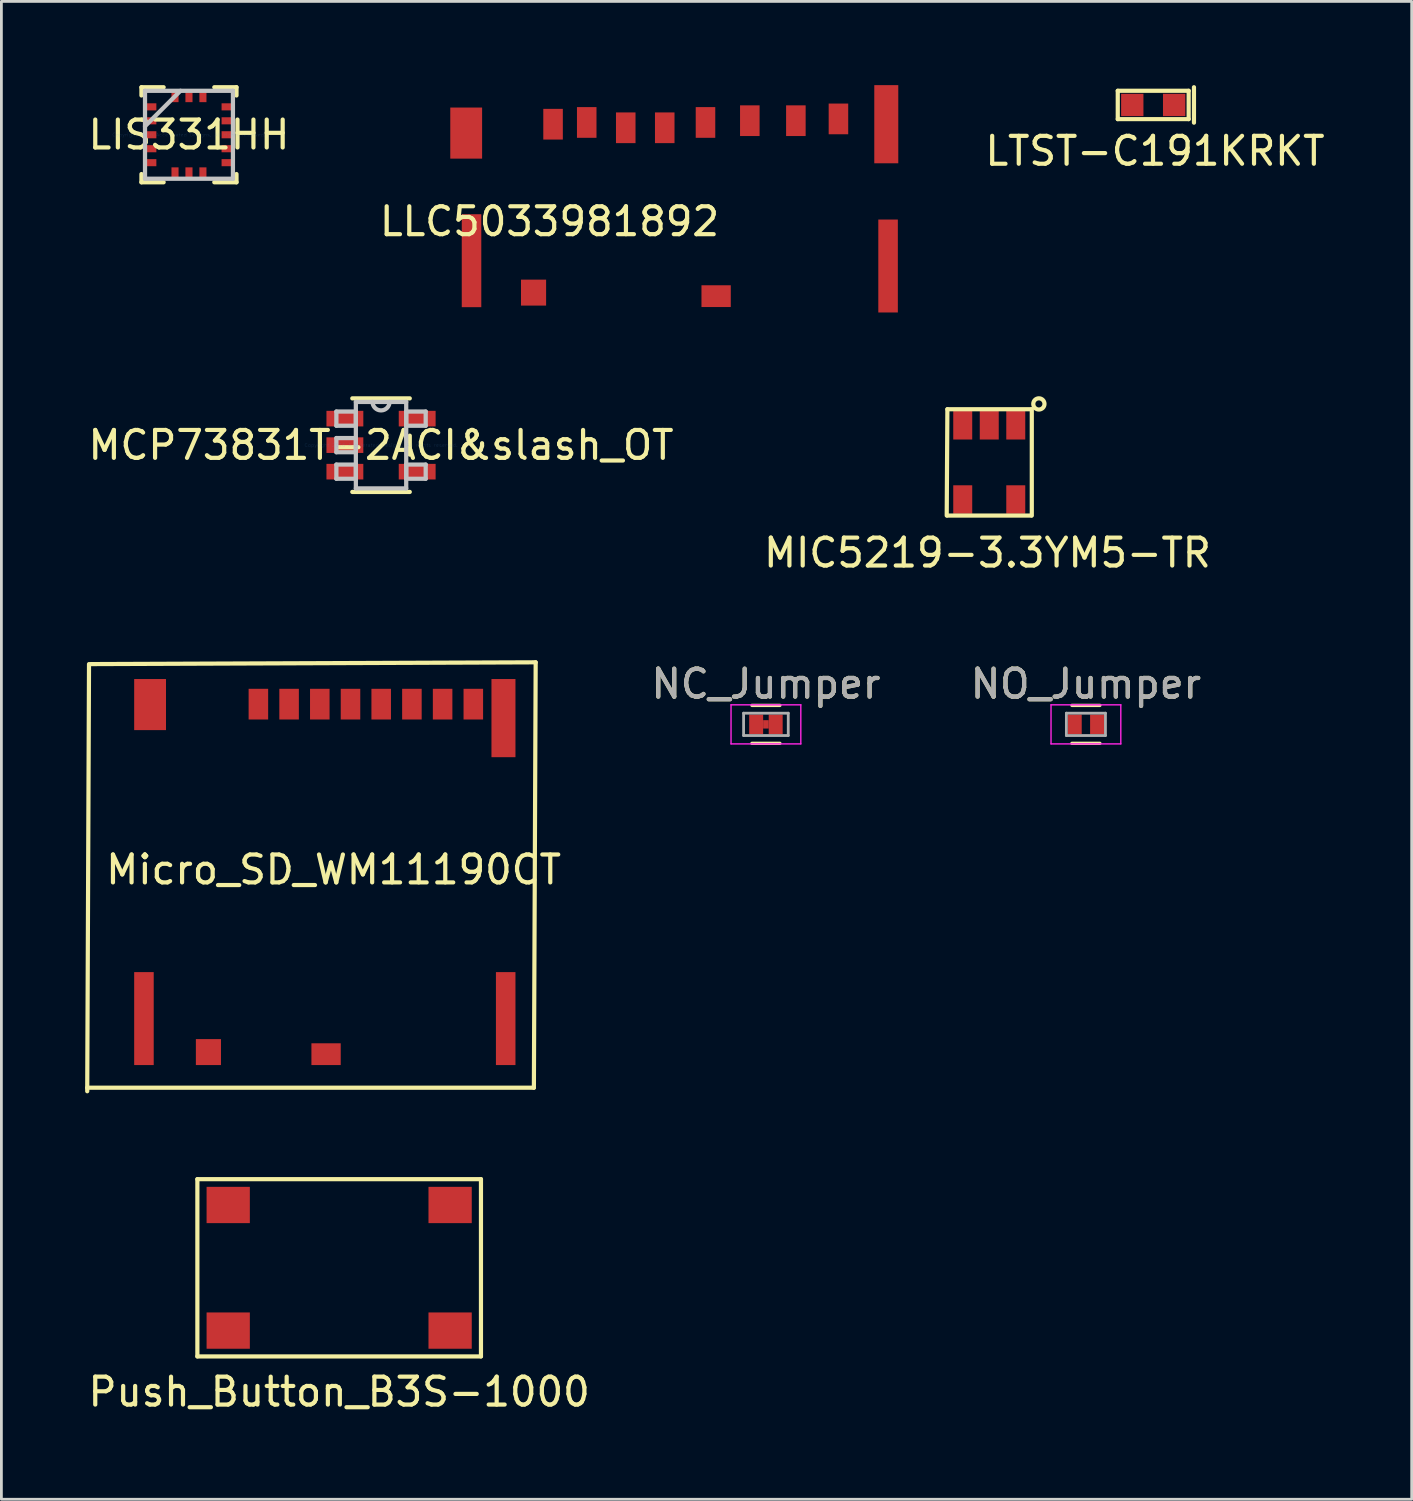
<source format=kicad_pcb>
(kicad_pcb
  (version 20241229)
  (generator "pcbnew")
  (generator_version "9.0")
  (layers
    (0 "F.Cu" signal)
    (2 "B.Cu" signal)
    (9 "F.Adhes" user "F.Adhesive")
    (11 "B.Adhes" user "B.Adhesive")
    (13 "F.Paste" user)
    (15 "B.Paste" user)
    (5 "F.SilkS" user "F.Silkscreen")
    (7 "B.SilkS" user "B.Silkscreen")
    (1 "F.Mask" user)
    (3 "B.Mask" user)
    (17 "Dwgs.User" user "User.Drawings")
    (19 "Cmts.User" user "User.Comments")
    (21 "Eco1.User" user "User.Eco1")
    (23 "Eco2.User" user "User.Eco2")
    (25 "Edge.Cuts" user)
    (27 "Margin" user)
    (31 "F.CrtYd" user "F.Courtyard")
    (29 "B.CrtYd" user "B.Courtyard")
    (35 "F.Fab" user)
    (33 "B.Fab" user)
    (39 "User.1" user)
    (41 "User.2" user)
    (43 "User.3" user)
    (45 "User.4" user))
  (footprint "NC_Jumper"
    (layer "F.Cu")
    (at 24.39 22.901)
    (property "Reference" "NC_Jumper" (at 0 -1.45 0) (layer "F.SilkS") (effects (font (size 1 1) (thickness 0.15))))
    (attr smd)
    (fp_line (start -0.102 -0.152) (end -0.102 0.152) (stroke (width 0.1) (type solid)) (layer "F.Mask"))
    (fp_line (start -0.102 0.152) (end 0.102 0.152) (stroke (width 0.1) (type solid)) (layer "F.Mask"))
    (fp_line (start 0.102 -0.152) (end -0.102 -0.152) (stroke (width 0.1) (type solid)) (layer "F.Mask"))
    (fp_line (start 0.102 0.152) (end 0.102 -0.152) (stroke (width 0.1) (type solid)) (layer "F.Mask"))
    (fp_line (start -0.5 -0.68) (end 0.5 -0.68) (stroke (width 0.12) (type solid)) (layer "F.SilkS"))
    (fp_line (start 0.5 0.68) (end -0.5 0.68) (stroke (width 0.12) (type solid)) (layer "F.SilkS"))
    (fp_line (start -1.25 -0.7) (end -1.25 0.7) (stroke (width 0.05) (type solid)) (layer "F.CrtYd"))
    (fp_line (start -1.25 -0.7) (end 1.25 -0.7) (stroke (width 0.05) (type solid)) (layer "F.CrtYd"))
    (fp_line (start 1.25 0.7) (end -1.25 0.7) (stroke (width 0.05) (type solid)) (layer "F.CrtYd"))
    (fp_line (start 1.25 0.7) (end 1.25 -0.7) (stroke (width 0.05) (type solid)) (layer "F.CrtYd"))
    (fp_line (start -0.8 -0.4) (end 0.8 -0.4) (stroke (width 0.1) (type solid)) (layer "F.Fab"))
    (fp_line (start -0.8 0.4) (end -0.8 -0.4) (stroke (width 0.1) (type solid)) (layer "F.Fab"))
    (fp_line (start 0.8 -0.4) (end 0.8 0.4) (stroke (width 0.1) (type solid)) (layer "F.Fab"))
    (fp_line (start 0.8 0.4) (end -0.8 0.4) (stroke (width 0.1) (type solid)) (layer "F.Fab"))
    (fp_text user "${REFERENCE}" (at 0 -1.45 0) (layer "F.Fab") (effects (font (size 1 1) (thickness 0.15))))
    (pad "" smd rect (at 0 0) (size 0.2 0.3) (layers "F.Cu" "F.Mask" "F.Paste"))
    (pad "1" smd rect (at -0.35 0) (size 0.5 0.7) (layers "F.Cu" "F.Mask" "F.Paste"))
    (pad "2" smd rect (at 0.35 0) (size 0.5 0.7) (layers "F.Cu" "F.Mask" "F.Paste")))
  (footprint "NO_Jumper"
    (layer "F.Cu")
    (at 35.854 22.901)
    (property "Reference" "NO_Jumper" (at 0 -1.45 0) (layer "F.SilkS") (effects (font (size 1 1) (thickness 0.15))))
    (attr smd)
    (fp_line (start -0.7 -0.381) (end -0.7 0.381) (stroke (width 0.1) (type solid)) (layer "F.Mask"))
    (fp_line (start -0.7 0.381) (end 0.7 0.381) (stroke (width 0.1) (type solid)) (layer "F.Mask"))
    (fp_line (start 0.7 -0.381) (end -0.7 -0.381) (stroke (width 0.1) (type solid)) (layer "F.Mask"))
    (fp_line (start 0.7 0.381) (end 0.7 -0.381) (stroke (width 0.1) (type solid)) (layer "F.Mask"))
    (fp_line (start -0.5 -0.68) (end 0.5 -0.68) (stroke (width 0.12) (type solid)) (layer "F.SilkS"))
    (fp_line (start 0.5 0.68) (end -0.5 0.68) (stroke (width 0.12) (type solid)) (layer "F.SilkS"))
    (fp_line (start -1.25 -0.7) (end -1.25 0.7) (stroke (width 0.05) (type solid)) (layer "F.CrtYd"))
    (fp_line (start -1.25 -0.7) (end 1.25 -0.7) (stroke (width 0.05) (type solid)) (layer "F.CrtYd"))
    (fp_line (start 1.25 0.7) (end -1.25 0.7) (stroke (width 0.05) (type solid)) (layer "F.CrtYd"))
    (fp_line (start 1.25 0.7) (end 1.25 -0.7) (stroke (width 0.05) (type solid)) (layer "F.CrtYd"))
    (fp_line (start -0.7 -0.4) (end 0.7 -0.4) (stroke (width 0.1) (type solid)) (layer "F.Fab"))
    (fp_line (start -0.7 0.4) (end -0.7 -0.4) (stroke (width 0.1) (type solid)) (layer "F.Fab"))
    (fp_line (start 0.7 -0.4) (end 0.7 0.4) (stroke (width 0.1) (type solid)) (layer "F.Fab"))
    (fp_line (start 0.7 0.4) (end -0.7 0.4) (stroke (width 0.1) (type solid)) (layer "F.Fab"))
    (fp_text user "${REFERENCE}" (at 0 -1.45 0) (layer "F.Fab") (effects (font (size 1 1) (thickness 0.15))))
    (pad "1" smd rect (at -0.4 0) (size 0.5 0.7) (layers "F.Cu" "F.Mask" "F.Paste"))
    (pad "2" smd rect (at 0.4 0) (size 0.5 0.7) (layers "F.Cu" "F.Mask" "F.Paste")))
  (footprint "LTST-C191KRKT"
    (layer "F.Cu")
    (at 38.265 0.71)
    (property "Reference" "LTST-C191KRKT" (at 0.064 1.651 0) (layer "F.SilkS") (effects (font (size 1 1) (thickness 0.15))))
    (attr through_hole)
    (fp_line (start -1.27 -0.508) (end 1.27 -0.508) (stroke (width 0.15) (type solid)) (layer "F.SilkS"))
    (fp_line (start -1.27 0.508) (end -1.27 -0.508) (stroke (width 0.15) (type solid)) (layer "F.SilkS"))
    (fp_line (start 1.27 -0.508) (end 1.27 0.508) (stroke (width 0.15) (type solid)) (layer "F.SilkS"))
    (fp_line (start 1.27 0.508) (end -1.27 0.508) (stroke (width 0.15) (type solid)) (layer "F.SilkS"))
    (fp_line (start 1.46 -0.635) (end 1.46 0.635) (stroke (width 0.15) (type solid)) (layer "F.SilkS"))
    (pad "1" smd rect (at -0.75 0) (size 0.8 0.8) (layers "F.Cu" "F.Mask" "F.Paste"))
    (pad "2" smd rect (at 0.75 0) (size 0.8 0.8) (layers "F.Cu" "F.Mask" "F.Paste")))
  (footprint "LLC5033981892"
    (layer "F.Cu")
    (at 16.637 4.385)
    (property "Reference" "LLC5033981892" (at 0 0.5 0) (layer "F.SilkS") (effects (font (size 1 1) (thickness 0.15))))
    (attr through_hole)
    (pad "1" smd rect (at -0.572 3.048) (size 0.9 0.93) (layers "F.Cu" "F.Mask" "F.Paste"))
    (pad "2" smd rect (at -2.794 1.905) (size 0.7 3.33) (layers "F.Cu" "F.Mask" "F.Paste"))
    (pad "3" smd rect (at -2.985 -2.667) (size 1.14 1.83) (layers "F.Cu" "F.Mask" "F.Paste"))
    (pad "4" smd rect (at 0.127 -2.985) (size 0.7 1.1) (layers "F.Cu" "F.Mask" "F.Paste"))
    (pad "5" smd rect (at 1.333 -3.048) (size 0.7 1.1) (layers "F.Cu" "F.Mask" "F.Paste"))
    (pad "6" smd rect (at 2.731 -2.857) (size 0.7 1.1) (layers "F.Cu" "F.Mask" "F.Paste"))
    (pad "7" smd rect (at 4.128 -2.857) (size 0.7 1.1) (layers "F.Cu" "F.Mask" "F.Paste"))
    (pad "8" smd rect (at 5.588 -3.048) (size 0.7 1.1) (layers "F.Cu" "F.Mask" "F.Paste"))
    (pad "9" smd rect (at 7.176 -3.111) (size 0.7 1.1) (layers "F.Cu" "F.Mask" "F.Paste"))
    (pad "10" smd rect (at 8.826 -3.111) (size 0.7 1.1) (layers "F.Cu" "F.Mask" "F.Paste"))
    (pad "11" smd rect (at 10.351 -3.175) (size 0.7 1.1) (layers "F.Cu" "F.Mask" "F.Paste"))
    (pad "12" smd rect (at 12.065 -2.985) (size 0.86 2.8) (layers "F.Cu" "F.Mask" "F.Paste"))
    (pad "13" smd rect (at 12.129 2.095) (size 0.7 3.33) (layers "F.Cu" "F.Mask" "F.Paste"))
    (pad "14" smd rect (at 5.969 3.175) (size 1.05 0.78) (layers "F.Cu" "F.Mask" "F.Paste")))
  (footprint "Push_Button_B3S-1000"
    (layer "F.Cu")
    (at 9.101 42.37)
    (property "Reference" "Push_Button_B3S-1000" (at 0 4.445 0) (layer "F.SilkS") (effects (font (size 1 1) (thickness 0.15))))
    (attr through_hole)
    (fp_line (start -5.08 -3.175) (end 5.08 -3.175) (stroke (width 0.15) (type solid)) (layer "F.SilkS"))
    (fp_line (start -5.08 3.175) (end -5.08 -3.175) (stroke (width 0.15) (type solid)) (layer "F.SilkS"))
    (fp_line (start 5.08 -3.175) (end 5.08 3.175) (stroke (width 0.15) (type solid)) (layer "F.SilkS"))
    (fp_line (start 5.08 3.175) (end -5.08 3.175) (stroke (width 0.15) (type solid)) (layer "F.SilkS"))
    (pad "1" smd rect (at 3.975 2.25) (size 1.55 1.3) (layers "F.Cu" "F.Mask" "F.Paste"))
    (pad "2" smd rect (at -3.975 2.25) (size 1.55 1.3) (layers "F.Cu" "F.Mask" "F.Paste"))
    (pad "3" smd rect (at 3.975 -2.25) (size 1.55 1.3) (layers "F.Cu" "F.Mask" "F.Paste"))
    (pad "4" smd rect (at -3.975 -2.25) (size 1.55 1.3) (layers "F.Cu" "F.Mask" "F.Paste")))
  (footprint "LIS331HH"
    (layer "F.Cu")
    (at 3.72 1.778)
    (property "Reference" "LIS331HH" (at 0 0 0) (layer "F.SilkS") (effects (font (size 1 1) (thickness 0.15))))
    (attr through_hole)
    (fp_line (start -1.702 -1.702) (end -1.702 -1.408) (stroke (width 0.152) (type solid)) (layer "F.SilkS"))
    (fp_line (start -1.702 1.408) (end -1.702 1.702) (stroke (width 0.152) (type solid)) (layer "F.SilkS"))
    (fp_line (start -1.702 1.702) (end -0.908 1.702) (stroke (width 0.152) (type solid)) (layer "F.SilkS"))
    (fp_line (start -0.908 -1.702) (end -1.702 -1.702) (stroke (width 0.152) (type solid)) (layer "F.SilkS"))
    (fp_line (start 0.908 1.702) (end 1.702 1.702) (stroke (width 0.152) (type solid)) (layer "F.SilkS"))
    (fp_line (start 1.702 -1.702) (end 0.908 -1.702) (stroke (width 0.152) (type solid)) (layer "F.SilkS"))
    (fp_line (start 1.702 -1.408) (end 1.702 -1.702) (stroke (width 0.152) (type solid)) (layer "F.SilkS"))
    (fp_line (start 1.702 1.702) (end 1.702 1.408) (stroke (width 0.152) (type solid)) (layer "F.SilkS"))
    (fp_line (start -1.575 -1.575) (end -1.575 1.575) (stroke (width 0.152) (type solid)) (layer "Dwgs.User"))
    (fp_line (start -1.575 -0.305) (end -0.305 -1.575) (stroke (width 0.152) (type solid)) (layer "Dwgs.User"))
    (fp_line (start -1.575 1.575) (end 1.575 1.575) (stroke (width 0.152) (type solid)) (layer "Dwgs.User"))
    (fp_line (start 1.575 -1.575) (end -1.575 -1.575) (stroke (width 0.152) (type solid)) (layer "Dwgs.User"))
    (fp_line (start 1.575 1.575) (end 1.575 -1.575) (stroke (width 0.152) (type solid)) (layer "Dwgs.User"))
    (fp_text user "Copyright 2016 Accelerated Designs. All rights reserved." (at 0 0 0) (layer "Cmts.User") (effects (font (size 0.127 0.127) (thickness 0.002))))
    (pad "1" smd rect (at -1.346 -1 90) (size 0.254 0.356) (layers "F.Cu" "F.Mask" "F.Paste"))
    (pad "2" smd rect (at -1.346 -0.5 90) (size 0.254 0.356) (layers "F.Cu" "F.Mask" "F.Paste"))
    (pad "3" smd rect (at -1.346 0 90) (size 0.254 0.356) (layers "F.Cu" "F.Mask" "F.Paste"))
    (pad "4" smd rect (at -1.346 0.5 90) (size 0.254 0.356) (layers "F.Cu" "F.Mask" "F.Paste"))
    (pad "5" smd rect (at -1.346 1 90) (size 0.254 0.356) (layers "F.Cu" "F.Mask" "F.Paste"))
    (pad "6" smd rect (at -0.5 1.346) (size 0.254 0.356) (layers "F.Cu" "F.Mask" "F.Paste"))
    (pad "7" smd rect (at 0 1.346) (size 0.254 0.356) (layers "F.Cu" "F.Mask" "F.Paste"))
    (pad "8" smd rect (at 0.5 1.346) (size 0.254 0.356) (layers "F.Cu" "F.Mask" "F.Paste"))
    (pad "9" smd rect (at 1.346 1 90) (size 0.254 0.356) (layers "F.Cu" "F.Mask" "F.Paste"))
    (pad "10" smd rect (at 1.346 0.5 90) (size 0.254 0.356) (layers "F.Cu" "F.Mask" "F.Paste"))
    (pad "11" smd rect (at 1.346 0 90) (size 0.254 0.356) (layers "F.Cu" "F.Mask" "F.Paste"))
    (pad "12" smd rect (at 1.346 -0.5 90) (size 0.254 0.356) (layers "F.Cu" "F.Mask" "F.Paste"))
    (pad "13" smd rect (at 1.346 -1 90) (size 0.254 0.356) (layers "F.Cu" "F.Mask" "F.Paste"))
    (pad "14" smd rect (at 0.5 -1.346) (size 0.254 0.356) (layers "F.Cu" "F.Mask" "F.Paste"))
    (pad "15" smd rect (at 0 -1.346) (size 0.254 0.356) (layers "F.Cu" "F.Mask" "F.Paste"))
    (pad "16" smd rect (at -0.5 -1.346) (size 0.254 0.356) (layers "F.Cu" "F.Mask" "F.Paste")))
  (footprint "MCP73831T-2ACI&slash_OT"
    (layer "F.Cu")
    (at 10.601 12.898)
    (property "Reference" "MCP73831T-2ACI&slash_OT" (at 0 0 0) (layer "F.SilkS") (effects (font (size 1 1) (thickness 0.15))))
    (attr through_hole)
    (fp_line (start -1.029 1.676) (end 1.029 1.676) (stroke (width 0.152) (type solid)) (layer "F.SilkS"))
    (fp_line (start 1.029 -1.676) (end -1.029 -1.676) (stroke (width 0.152) (type solid)) (layer "F.SilkS"))
    (fp_line (start 1.029 0.338) (end 1.029 -0.338) (stroke (width 0.152) (type solid)) (layer "F.SilkS"))
    (fp_line (start -1.6 -1.204) (end -1.6 -0.696) (stroke (width 0.152) (type solid)) (layer "Dwgs.User"))
    (fp_line (start -1.6 -0.696) (end -0.902 -0.696) (stroke (width 0.152) (type solid)) (layer "Dwgs.User"))
    (fp_line (start -1.6 -0.254) (end -1.6 0.254) (stroke (width 0.152) (type solid)) (layer "Dwgs.User"))
    (fp_line (start -1.6 0.254) (end -0.902 0.254) (stroke (width 0.152) (type solid)) (layer "Dwgs.User"))
    (fp_line (start -1.6 0.696) (end -1.6 1.204) (stroke (width 0.152) (type solid)) (layer "Dwgs.User"))
    (fp_line (start -1.6 1.204) (end -0.902 1.204) (stroke (width 0.152) (type solid)) (layer "Dwgs.User"))
    (fp_line (start -0.902 -1.549) (end -0.902 1.549) (stroke (width 0.152) (type solid)) (layer "Dwgs.User"))
    (fp_line (start -0.902 -1.204) (end -1.6 -1.204) (stroke (width 0.152) (type solid)) (layer "Dwgs.User"))
    (fp_line (start -0.902 -0.696) (end -0.902 -1.204) (stroke (width 0.152) (type solid)) (layer "Dwgs.User"))
    (fp_line (start -0.902 -0.254) (end -1.6 -0.254) (stroke (width 0.152) (type solid)) (layer "Dwgs.User"))
    (fp_line (start -0.902 0.254) (end -0.902 -0.254) (stroke (width 0.152) (type solid)) (layer "Dwgs.User"))
    (fp_line (start -0.902 0.696) (end -1.6 0.696) (stroke (width 0.152) (type solid)) (layer "Dwgs.User"))
    (fp_line (start -0.902 1.204) (end -0.902 0.696) (stroke (width 0.152) (type solid)) (layer "Dwgs.User"))
    (fp_line (start -0.902 1.549) (end 0.902 1.549) (stroke (width 0.152) (type solid)) (layer "Dwgs.User"))
    (fp_line (start 0.902 -1.549) (end -0.902 -1.549) (stroke (width 0.152) (type solid)) (layer "Dwgs.User"))
    (fp_line (start 0.902 -1.204) (end 0.902 -0.696) (stroke (width 0.152) (type solid)) (layer "Dwgs.User"))
    (fp_line (start 0.902 -0.696) (end 1.6 -0.696) (stroke (width 0.152) (type solid)) (layer "Dwgs.User"))
    (fp_line (start 0.902 0.696) (end 0.902 1.204) (stroke (width 0.152) (type solid)) (layer "Dwgs.User"))
    (fp_line (start 0.902 1.204) (end 1.6 1.204) (stroke (width 0.152) (type solid)) (layer "Dwgs.User"))
    (fp_line (start 0.902 1.549) (end 0.902 -1.549) (stroke (width 0.152) (type solid)) (layer "Dwgs.User"))
    (fp_line (start 1.6 -1.204) (end 0.902 -1.204) (stroke (width 0.152) (type solid)) (layer "Dwgs.User"))
    (fp_line (start 1.6 -0.696) (end 1.6 -1.204) (stroke (width 0.152) (type solid)) (layer "Dwgs.User"))
    (fp_line (start 1.6 0.696) (end 0.902 0.696) (stroke (width 0.152) (type solid)) (layer "Dwgs.User"))
    (fp_line (start 1.6 1.204) (end 1.6 0.696) (stroke (width 0.152) (type solid)) (layer "Dwgs.User"))
    (fp_arc (start 0.3048 -1.5494) (mid 0 -1.2446) (end -0.3048 -1.5494) (stroke (width 0.1524) (type solid)) (layer "Dwgs.User"))
    (fp_text user "Copyright 2016 Accelerated Designs. All rights reserved." (at 0 0 0) (layer "Cmts.User") (effects (font (size 0.127 0.127) (thickness 0.002))))
    (pad "1" smd rect (at -1.295 -0.95) (size 1.321 0.559) (layers "F.Cu" "F.Mask" "F.Paste"))
    (pad "2" smd rect (at -1.295 0) (size 1.321 0.559) (layers "F.Cu" "F.Mask" "F.Paste"))
    (pad "3" smd rect (at -1.295 0.95) (size 1.321 0.559) (layers "F.Cu" "F.Mask" "F.Paste"))
    (pad "4" smd rect (at 1.295 0.95) (size 1.321 0.559) (layers "F.Cu" "F.Mask" "F.Paste"))
    (pad "5" smd rect (at 1.295 -0.95) (size 1.321 0.559) (layers "F.Cu" "F.Mask" "F.Paste")))
  (footprint "Micro_SD_WM11190CT"
    (layer "F.Cu")
    (at 2.107 33.442)
    (property "Reference" "Micro_SD_WM11190CT" (at 6.795 -5.334 0) (layer "F.SilkS") (effects (font (size 1 1) (thickness 0.15))))
    (attr through_hole)
    (fp_line (start -2.032 2.603) (end -1.968 -12.7) (stroke (width 0.15) (type solid)) (layer "F.SilkS"))
    (fp_line (start -1.905 -12.7) (end 14.034 -12.764) (stroke (width 0.15) (type solid)) (layer "F.SilkS"))
    (fp_line (start 13.97 2.477) (end -2.032 2.477) (stroke (width 0.15) (type solid)) (layer "F.SilkS"))
    (fp_line (start 14.034 -12.764) (end 13.97 2.477) (stroke (width 0.15) (type solid)) (layer "F.SilkS"))
    (pad "1" smd rect (at 11.8 -11.265) (size 0.7 1.1) (layers "F.Cu" "F.Mask" "F.Paste"))
    (pad "2" smd rect (at 10.7 -11.265) (size 0.7 1.1) (layers "F.Cu" "F.Mask" "F.Paste"))
    (pad "3" smd rect (at 9.6 -11.265) (size 0.7 1.1) (layers "F.Cu" "F.Mask" "F.Paste"))
    (pad "4" smd rect (at 8.5 -11.265) (size 0.7 1.1) (layers "F.Cu" "F.Mask" "F.Paste"))
    (pad "5" smd rect (at 7.4 -11.265) (size 0.7 1.1) (layers "F.Cu" "F.Mask" "F.Paste"))
    (pad "6" smd rect (at 6.3 -11.265) (size 0.7 1.1) (layers "F.Cu" "F.Mask" "F.Paste"))
    (pad "7" smd rect (at 5.2 -11.265) (size 0.7 1.1) (layers "F.Cu" "F.Mask" "F.Paste"))
    (pad "8" smd rect (at 4.1 -11.265) (size 0.7 1.1) (layers "F.Cu" "F.Mask" "F.Paste"))
    (pad "9" smd rect (at 12.88 -10.765) (size 0.86 2.8) (layers "F.Cu" "F.Mask" "F.Paste"))
    (pad "10" smd rect (at 12.96 0) (size 0.7 3.33) (layers "F.Cu" "F.Mask" "F.Paste"))
    (pad "11" smd rect (at 6.525 1.275) (size 1.05 0.78) (layers "F.Cu" "F.Mask" "F.Paste"))
    (pad "12" smd rect (at 2.31 1.2) (size 0.9 0.93) (layers "F.Cu" "F.Mask" "F.Paste"))
    (pad "13" smd rect (at 0 0) (size 0.7 3.33) (layers "F.Cu" "F.Mask" "F.Paste"))
    (pad "14" smd rect (at 0.22 -11.25) (size 1.14 1.83) (layers "F.Cu" "F.Mask" "F.Paste")))
  (footprint "MIC5219-3.3YM5-TR"
    (layer "F.Cu")
    (at 32.391 13.516)
    (property "Reference" "MIC5219-3.3YM5-TR" (at -0.064 3.239 0) (layer "F.SilkS") (effects (font (size 1 1) (thickness 0.15))))
    (attr through_hole)
    (fp_line (start -1.524 1.905) (end -1.5 -1.905) (stroke (width 0.15) (type solid)) (layer "F.SilkS"))
    (fp_line (start -1.5 -1.905) (end 1.5 -1.905) (stroke (width 0.15) (type solid)) (layer "F.SilkS"))
    (fp_line (start 1.5 1.905) (end -1.5 1.905) (stroke (width 0.15) (type solid)) (layer "F.SilkS"))
    (fp_line (start 1.524 -1.905) (end 1.524 1.905) (stroke (width 0.15) (type solid)) (layer "F.SilkS"))
    (fp_circle (center 1.778 -2.095) (end 1.587 -2.032) (stroke (width 0.15) (type solid)) (fill no) (layer "F.SilkS"))
    (pad "1" smd rect (at 0.95 -1.33) (size 0.68 1.02) (layers "F.Cu" "F.Mask" "F.Paste"))
    (pad "2" smd rect (at 0 -1.33) (size 0.68 1.02) (layers "F.Cu" "F.Mask" "F.Paste"))
    (pad "3" smd rect (at -0.95 -1.33) (size 0.68 1.02) (layers "F.Cu" "F.Mask" "F.Paste"))
    (pad "4" smd rect (at -0.95 1.33) (size 0.68 1.02) (layers "F.Cu" "F.Mask" "F.Paste"))
    (pad "5" smd rect (at 0.95 1.33) (size 0.68 1.02) (layers "F.Cu" "F.Mask" "F.Paste")))
  (gr_rect
    (start -3 -3)
    (end 47.525 50.663)
    (stroke (width 0.1) (type default))
    (fill no)
    (layer "Edge.Cuts")))
</source>
